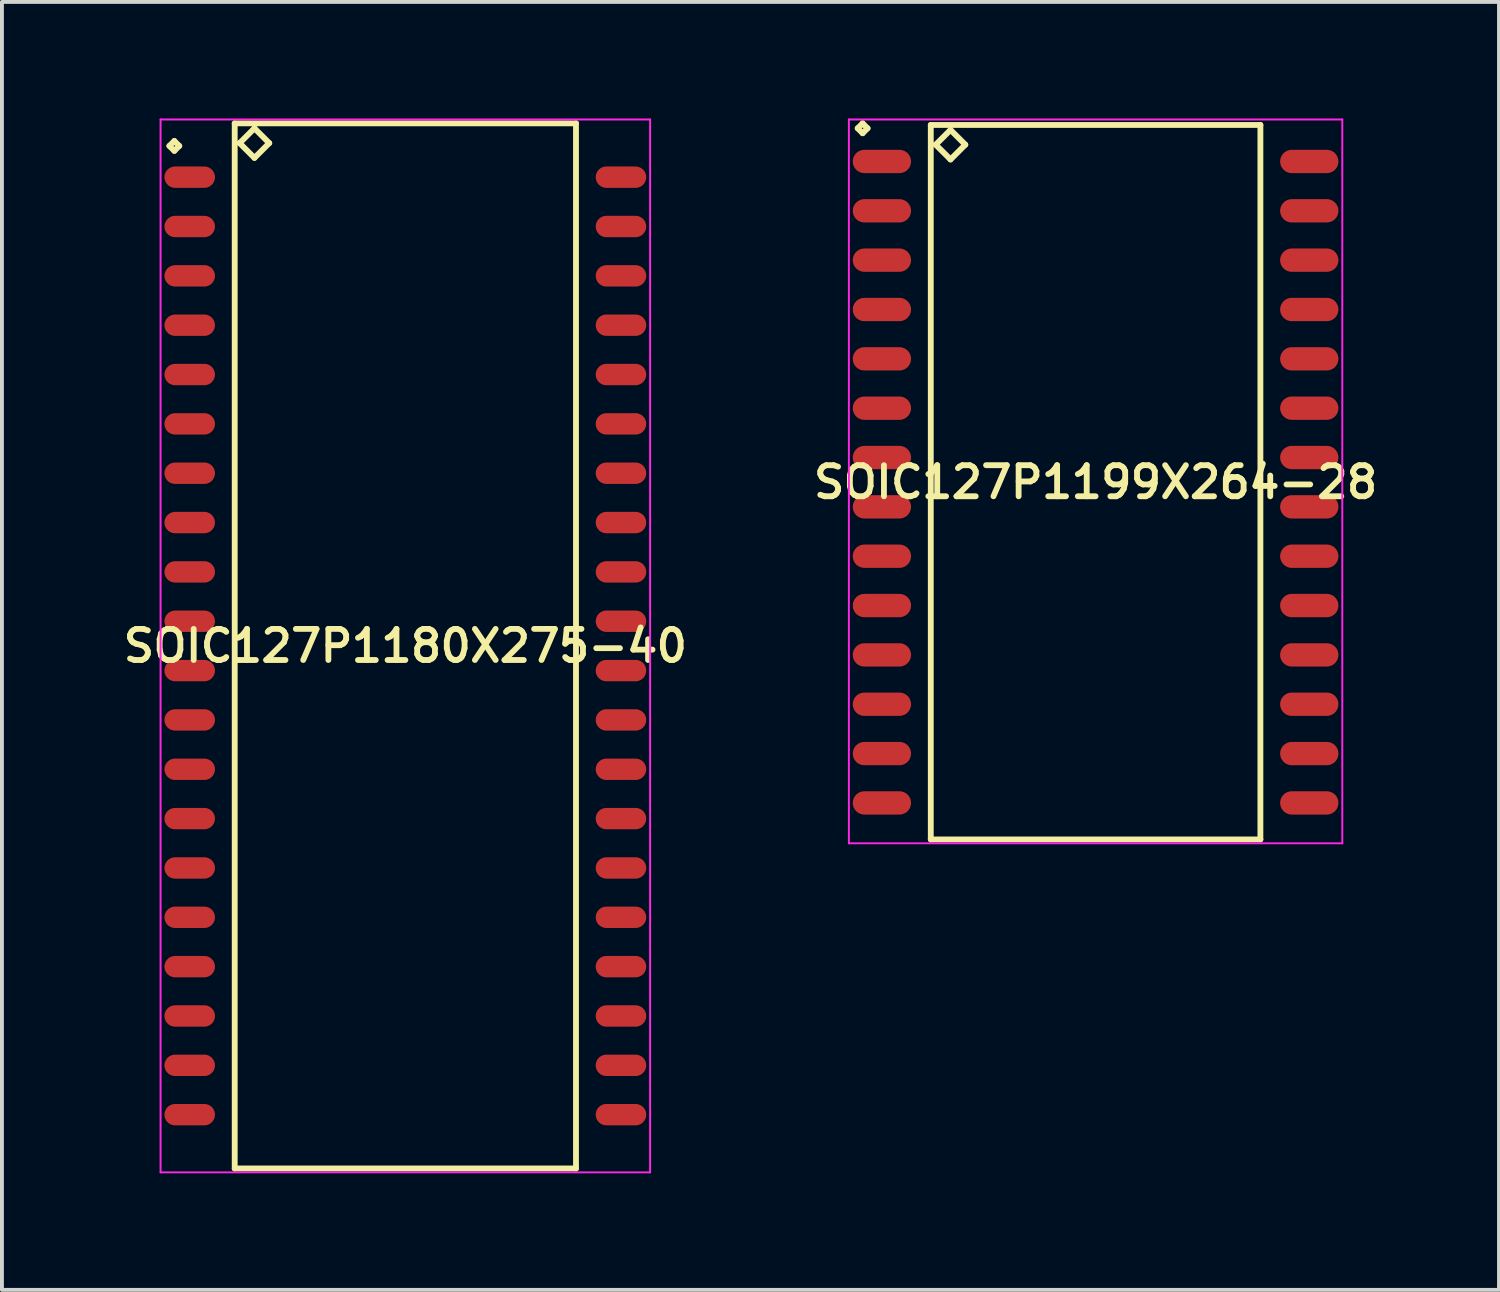
<source format=kicad_pcb>
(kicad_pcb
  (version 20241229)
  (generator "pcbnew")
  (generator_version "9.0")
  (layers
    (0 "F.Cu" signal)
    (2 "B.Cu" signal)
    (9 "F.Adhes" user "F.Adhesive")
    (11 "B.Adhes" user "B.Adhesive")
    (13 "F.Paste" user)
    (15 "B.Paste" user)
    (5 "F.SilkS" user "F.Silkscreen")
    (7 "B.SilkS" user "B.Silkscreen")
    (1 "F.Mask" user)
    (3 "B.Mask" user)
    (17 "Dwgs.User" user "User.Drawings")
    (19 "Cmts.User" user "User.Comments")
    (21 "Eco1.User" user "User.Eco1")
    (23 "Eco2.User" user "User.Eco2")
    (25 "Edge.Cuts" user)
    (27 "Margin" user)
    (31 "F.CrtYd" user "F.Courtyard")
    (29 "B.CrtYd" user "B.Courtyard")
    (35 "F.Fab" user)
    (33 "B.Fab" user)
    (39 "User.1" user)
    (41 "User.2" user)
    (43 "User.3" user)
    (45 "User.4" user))
  (footprint "SOIC127P1199X264-28"
    (layer "F.Cu")
    (at 25.149 9.361)
    (property "Reference" "SOIC127P1199X264-28" (at 0 0 0) (layer "F.SilkS") (effects (font (size 0.8 0.8) (thickness 0.15))))
    (attr smd)
    (fp_line (start -6.123 -9.109) (end -5.996 -9.236) (stroke (width 0.15) (type solid)) (layer "F.SilkS"))
    (fp_line (start -5.996 -9.236) (end -5.869 -9.109) (stroke (width 0.15) (type solid)) (layer "F.SilkS"))
    (fp_line (start -5.996 -8.982) (end -6.123 -9.109) (stroke (width 0.15) (type solid)) (layer "F.SilkS"))
    (fp_line (start -5.869 -9.109) (end -5.996 -8.982) (stroke (width 0.15) (type solid)) (layer "F.SilkS"))
    (fp_line (start -4.242 -9.195) (end -4.242 9.195) (stroke (width 0.15) (type solid)) (layer "F.SilkS"))
    (fp_line (start -4.242 9.195) (end 4.242 9.195) (stroke (width 0.15) (type solid)) (layer "F.SilkS"))
    (fp_line (start -4.115 -8.687) (end -3.734 -9.068) (stroke (width 0.15) (type solid)) (layer "F.SilkS"))
    (fp_line (start -3.734 -9.068) (end -3.353 -8.687) (stroke (width 0.15) (type solid)) (layer "F.SilkS"))
    (fp_line (start -3.734 -8.306) (end -4.115 -8.687) (stroke (width 0.15) (type solid)) (layer "F.SilkS"))
    (fp_line (start -3.353 -8.687) (end -3.734 -8.306) (stroke (width 0.15) (type solid)) (layer "F.SilkS"))
    (fp_line (start 4.242 -9.195) (end -4.242 -9.195) (stroke (width 0.15) (type solid)) (layer "F.SilkS"))
    (fp_line (start 4.242 9.195) (end 4.242 -9.195) (stroke (width 0.15) (type solid)) (layer "F.SilkS"))
    (fp_line (start -6.35 -9.336) (end 6.35 -9.336) (stroke (width 0.05) (type solid)) (layer "F.CrtYd"))
    (fp_line (start -6.35 9.295) (end -6.35 -9.336) (stroke (width 0.05) (type solid)) (layer "F.CrtYd"))
    (fp_line (start 6.35 -9.336) (end 6.35 9.295) (stroke (width 0.05) (type solid)) (layer "F.CrtYd"))
    (fp_line (start 6.35 9.295) (end -6.35 9.295) (stroke (width 0.05) (type solid)) (layer "F.CrtYd"))
    (pad "1" smd oval (at -5.5 -8.255) (size 1.5 0.6) (layers "F.Cu" "F.Mask" "F.Paste"))
    (pad "2" smd oval (at -5.5 -6.985) (size 1.5 0.6) (layers "F.Cu" "F.Mask" "F.Paste"))
    (pad "3" smd oval (at -5.5 -5.715) (size 1.5 0.6) (layers "F.Cu" "F.Mask" "F.Paste"))
    (pad "4" smd oval (at -5.5 -4.445) (size 1.5 0.6) (layers "F.Cu" "F.Mask" "F.Paste"))
    (pad "5" smd oval (at -5.5 -3.175) (size 1.5 0.6) (layers "F.Cu" "F.Mask" "F.Paste"))
    (pad "6" smd oval (at -5.5 -1.905) (size 1.5 0.6) (layers "F.Cu" "F.Mask" "F.Paste"))
    (pad "7" smd oval (at -5.5 -0.635) (size 1.5 0.6) (layers "F.Cu" "F.Mask" "F.Paste"))
    (pad "8" smd oval (at -5.5 0.635) (size 1.5 0.6) (layers "F.Cu" "F.Mask" "F.Paste"))
    (pad "9" smd oval (at -5.5 1.905) (size 1.5 0.6) (layers "F.Cu" "F.Mask" "F.Paste"))
    (pad "10" smd oval (at -5.5 3.175) (size 1.5 0.6) (layers "F.Cu" "F.Mask" "F.Paste"))
    (pad "11" smd oval (at -5.5 4.445) (size 1.5 0.6) (layers "F.Cu" "F.Mask" "F.Paste"))
    (pad "12" smd oval (at -5.5 5.715) (size 1.5 0.6) (layers "F.Cu" "F.Mask" "F.Paste"))
    (pad "13" smd oval (at -5.5 6.985) (size 1.5 0.6) (layers "F.Cu" "F.Mask" "F.Paste"))
    (pad "14" smd oval (at -5.5 8.255) (size 1.5 0.6) (layers "F.Cu" "F.Mask" "F.Paste"))
    (pad "15" smd oval (at 5.5 8.255) (size 1.5 0.6) (layers "F.Cu" "F.Mask" "F.Paste"))
    (pad "16" smd oval (at 5.5 6.985) (size 1.5 0.6) (layers "F.Cu" "F.Mask" "F.Paste"))
    (pad "17" smd oval (at 5.5 5.715) (size 1.5 0.6) (layers "F.Cu" "F.Mask" "F.Paste"))
    (pad "18" smd oval (at 5.5 4.445) (size 1.5 0.6) (layers "F.Cu" "F.Mask" "F.Paste"))
    (pad "19" smd oval (at 5.5 3.175) (size 1.5 0.6) (layers "F.Cu" "F.Mask" "F.Paste"))
    (pad "20" smd oval (at 5.5 1.905) (size 1.5 0.6) (layers "F.Cu" "F.Mask" "F.Paste"))
    (pad "21" smd oval (at 5.5 0.635) (size 1.5 0.6) (layers "F.Cu" "F.Mask" "F.Paste"))
    (pad "22" smd oval (at 5.5 -0.635) (size 1.5 0.6) (layers "F.Cu" "F.Mask" "F.Paste"))
    (pad "23" smd oval (at 5.5 -1.905) (size 1.5 0.6) (layers "F.Cu" "F.Mask" "F.Paste"))
    (pad "24" smd oval (at 5.5 -3.175) (size 1.5 0.6) (layers "F.Cu" "F.Mask" "F.Paste"))
    (pad "25" smd oval (at 5.5 -4.445) (size 1.5 0.6) (layers "F.Cu" "F.Mask" "F.Paste"))
    (pad "26" smd oval (at 5.5 -5.715) (size 1.5 0.6) (layers "F.Cu" "F.Mask" "F.Paste"))
    (pad "27" smd oval (at 5.5 -6.985) (size 1.5 0.6) (layers "F.Cu" "F.Mask" "F.Paste"))
    (pad "28" smd oval (at 5.5 -8.255) (size 1.5 0.6) (layers "F.Cu" "F.Mask" "F.Paste")))
  (footprint "SOIC127P1180X275-40"
    (layer "F.Cu")
    (at 7.383 13.575)
    (property "Reference" "SOIC127P1180X275-40" (at 0 0 0) (layer "F.SilkS") (effects (font (size 0.8 0.8) (thickness 0.15))))
    (attr smd)
    (fp_line (start -6.073 -12.869) (end -5.946 -12.996) (stroke (width 0.15) (type solid)) (layer "F.SilkS"))
    (fp_line (start -5.946 -12.996) (end -5.819 -12.869) (stroke (width 0.15) (type solid)) (layer "F.SilkS"))
    (fp_line (start -5.946 -12.742) (end -6.073 -12.869) (stroke (width 0.15) (type solid)) (layer "F.SilkS"))
    (fp_line (start -5.819 -12.869) (end -5.946 -12.742) (stroke (width 0.15) (type solid)) (layer "F.SilkS"))
    (fp_line (start -4.392 -13.45) (end -4.392 13.45) (stroke (width 0.15) (type solid)) (layer "F.SilkS"))
    (fp_line (start -4.392 13.45) (end 4.392 13.45) (stroke (width 0.15) (type solid)) (layer "F.SilkS"))
    (fp_line (start -4.265 -12.942) (end -3.884 -13.323) (stroke (width 0.15) (type solid)) (layer "F.SilkS"))
    (fp_line (start -3.884 -13.323) (end -3.503 -12.942) (stroke (width 0.15) (type solid)) (layer "F.SilkS"))
    (fp_line (start -3.884 -12.561) (end -4.265 -12.942) (stroke (width 0.15) (type solid)) (layer "F.SilkS"))
    (fp_line (start -3.503 -12.942) (end -3.884 -12.561) (stroke (width 0.15) (type solid)) (layer "F.SilkS"))
    (fp_line (start 4.392 -13.45) (end -4.392 -13.45) (stroke (width 0.15) (type solid)) (layer "F.SilkS"))
    (fp_line (start 4.392 13.45) (end 4.392 -13.45) (stroke (width 0.15) (type solid)) (layer "F.SilkS"))
    (fp_line (start -6.3 -13.55) (end 6.3 -13.55) (stroke (width 0.05) (type solid)) (layer "F.CrtYd"))
    (fp_line (start -6.3 13.55) (end -6.3 -13.55) (stroke (width 0.05) (type solid)) (layer "F.CrtYd"))
    (fp_line (start 6.3 -13.55) (end 6.3 13.55) (stroke (width 0.05) (type solid)) (layer "F.CrtYd"))
    (fp_line (start 6.3 13.55) (end -6.3 13.55) (stroke (width 0.05) (type solid)) (layer "F.CrtYd"))
    (pad "1" smd oval (at -5.55 -12.065) (size 1.3 0.55) (layers "F.Cu" "F.Mask" "F.Paste"))
    (pad "2" smd oval (at -5.55 -10.795) (size 1.3 0.55) (layers "F.Cu" "F.Mask" "F.Paste"))
    (pad "3" smd oval (at -5.55 -9.525) (size 1.3 0.55) (layers "F.Cu" "F.Mask" "F.Paste"))
    (pad "4" smd oval (at -5.55 -8.255) (size 1.3 0.55) (layers "F.Cu" "F.Mask" "F.Paste"))
    (pad "5" smd oval (at -5.55 -6.985) (size 1.3 0.55) (layers "F.Cu" "F.Mask" "F.Paste"))
    (pad "6" smd oval (at -5.55 -5.715) (size 1.3 0.55) (layers "F.Cu" "F.Mask" "F.Paste"))
    (pad "7" smd oval (at -5.55 -4.445) (size 1.3 0.55) (layers "F.Cu" "F.Mask" "F.Paste"))
    (pad "8" smd oval (at -5.55 -3.175) (size 1.3 0.55) (layers "F.Cu" "F.Mask" "F.Paste"))
    (pad "9" smd oval (at -5.55 -1.905) (size 1.3 0.55) (layers "F.Cu" "F.Mask" "F.Paste"))
    (pad "10" smd oval (at -5.55 -0.635) (size 1.3 0.55) (layers "F.Cu" "F.Mask" "F.Paste"))
    (pad "11" smd oval (at -5.55 0.635) (size 1.3 0.55) (layers "F.Cu" "F.Mask" "F.Paste"))
    (pad "12" smd oval (at -5.55 1.905) (size 1.3 0.55) (layers "F.Cu" "F.Mask" "F.Paste"))
    (pad "13" smd oval (at -5.55 3.175) (size 1.3 0.55) (layers "F.Cu" "F.Mask" "F.Paste"))
    (pad "14" smd oval (at -5.55 4.445) (size 1.3 0.55) (layers "F.Cu" "F.Mask" "F.Paste"))
    (pad "15" smd oval (at -5.55 5.715) (size 1.3 0.55) (layers "F.Cu" "F.Mask" "F.Paste"))
    (pad "16" smd oval (at -5.55 6.985) (size 1.3 0.55) (layers "F.Cu" "F.Mask" "F.Paste"))
    (pad "17" smd oval (at -5.55 8.255) (size 1.3 0.55) (layers "F.Cu" "F.Mask" "F.Paste"))
    (pad "18" smd oval (at -5.55 9.525) (size 1.3 0.55) (layers "F.Cu" "F.Mask" "F.Paste"))
    (pad "19" smd oval (at -5.55 10.795) (size 1.3 0.55) (layers "F.Cu" "F.Mask" "F.Paste"))
    (pad "20" smd oval (at -5.55 12.065) (size 1.3 0.55) (layers "F.Cu" "F.Mask" "F.Paste"))
    (pad "21" smd oval (at 5.55 12.065) (size 1.3 0.55) (layers "F.Cu" "F.Mask" "F.Paste"))
    (pad "22" smd oval (at 5.55 10.795) (size 1.3 0.55) (layers "F.Cu" "F.Mask" "F.Paste"))
    (pad "23" smd oval (at 5.55 9.525) (size 1.3 0.55) (layers "F.Cu" "F.Mask" "F.Paste"))
    (pad "24" smd oval (at 5.55 8.255) (size 1.3 0.55) (layers "F.Cu" "F.Mask" "F.Paste"))
    (pad "25" smd oval (at 5.55 6.985) (size 1.3 0.55) (layers "F.Cu" "F.Mask" "F.Paste"))
    (pad "26" smd oval (at 5.55 5.715) (size 1.3 0.55) (layers "F.Cu" "F.Mask" "F.Paste"))
    (pad "27" smd oval (at 5.55 4.445) (size 1.3 0.55) (layers "F.Cu" "F.Mask" "F.Paste"))
    (pad "28" smd oval (at 5.55 3.175) (size 1.3 0.55) (layers "F.Cu" "F.Mask" "F.Paste"))
    (pad "29" smd oval (at 5.55 1.905) (size 1.3 0.55) (layers "F.Cu" "F.Mask" "F.Paste"))
    (pad "30" smd oval (at 5.55 0.635) (size 1.3 0.55) (layers "F.Cu" "F.Mask" "F.Paste"))
    (pad "31" smd oval (at 5.55 -0.635) (size 1.3 0.55) (layers "F.Cu" "F.Mask" "F.Paste"))
    (pad "32" smd oval (at 5.55 -1.905) (size 1.3 0.55) (layers "F.Cu" "F.Mask" "F.Paste"))
    (pad "33" smd oval (at 5.55 -3.175) (size 1.3 0.55) (layers "F.Cu" "F.Mask" "F.Paste"))
    (pad "34" smd oval (at 5.55 -4.445) (size 1.3 0.55) (layers "F.Cu" "F.Mask" "F.Paste"))
    (pad "35" smd oval (at 5.55 -5.715) (size 1.3 0.55) (layers "F.Cu" "F.Mask" "F.Paste"))
    (pad "36" smd oval (at 5.55 -6.985) (size 1.3 0.55) (layers "F.Cu" "F.Mask" "F.Paste"))
    (pad "37" smd oval (at 5.55 -8.255) (size 1.3 0.55) (layers "F.Cu" "F.Mask" "F.Paste"))
    (pad "38" smd oval (at 5.55 -9.525) (size 1.3 0.55) (layers "F.Cu" "F.Mask" "F.Paste"))
    (pad "39" smd oval (at 5.55 -10.795) (size 1.3 0.55) (layers "F.Cu" "F.Mask" "F.Paste"))
    (pad "40" smd oval (at 5.55 -12.065) (size 1.3 0.55) (layers "F.Cu" "F.Mask" "F.Paste")))
  (gr_rect
    (start -3 -3)
    (end 35.532 30.15)
    (stroke (width 0.1) (type default))
    (fill no)
    (layer "Edge.Cuts")))
</source>
